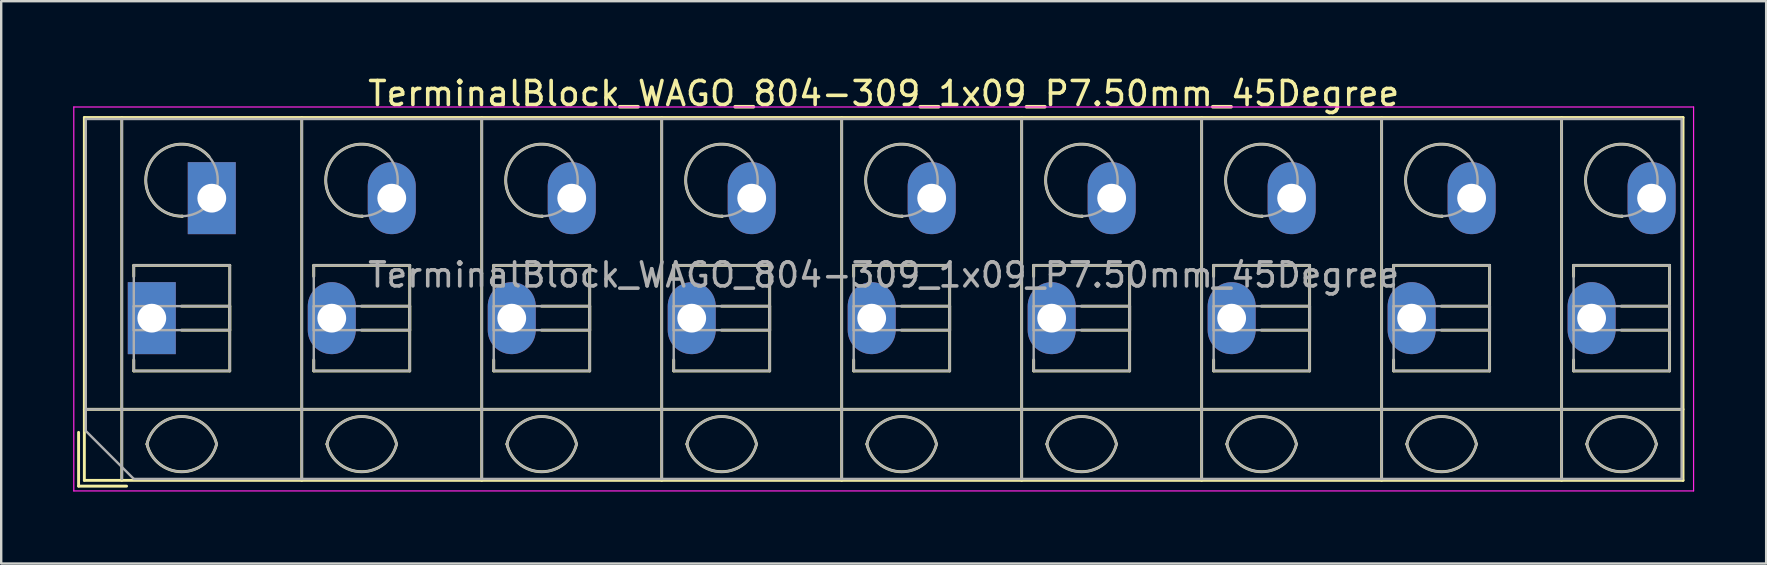
<source format=kicad_pcb>
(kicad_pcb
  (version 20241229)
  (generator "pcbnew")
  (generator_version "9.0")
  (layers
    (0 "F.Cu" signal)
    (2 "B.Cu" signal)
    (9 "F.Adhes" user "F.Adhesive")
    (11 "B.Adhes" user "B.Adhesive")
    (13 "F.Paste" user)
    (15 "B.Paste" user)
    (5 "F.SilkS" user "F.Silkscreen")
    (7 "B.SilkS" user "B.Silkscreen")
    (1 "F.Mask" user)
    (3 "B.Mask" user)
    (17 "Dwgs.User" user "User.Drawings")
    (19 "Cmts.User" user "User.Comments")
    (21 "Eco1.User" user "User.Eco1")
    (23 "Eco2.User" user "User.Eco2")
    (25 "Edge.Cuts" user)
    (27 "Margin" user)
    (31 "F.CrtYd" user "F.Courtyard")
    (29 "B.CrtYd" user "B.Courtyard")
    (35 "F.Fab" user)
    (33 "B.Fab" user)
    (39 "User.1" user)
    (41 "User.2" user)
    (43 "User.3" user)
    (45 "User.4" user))
  (footprint "TerminalBlock_WAGO_804-309_1x09_P7.50mm_45Degree"
    (layer "F.Cu")
    (at 3.275 10.208)
    (property "Reference" "TerminalBlock_WAGO_804-309_1x09_P7.50mm_45Degree" (at 30.5 -9.36 0) (layer "F.SilkS") (effects (font (size 1 1) (thickness 0.15))))
    (attr through_hole)
    (fp_line (start -3.05 4.76) (end -3.05 7) (stroke (width 0.12) (type solid)) (layer "F.SilkS"))
    (fp_line (start -3.05 7) (end -1.05 7) (stroke (width 0.12) (type solid)) (layer "F.SilkS"))
    (fp_line (start -2.81 -8.361) (end -2.81 6.76) (stroke (width 0.12) (type solid)) (layer "F.SilkS"))
    (fp_line (start -2.81 -8.361) (end 63.81 -8.361) (stroke (width 0.12) (type solid)) (layer "F.SilkS"))
    (fp_line (start -2.81 3.8) (end 63.81 3.8) (stroke (width 0.12) (type solid)) (layer "F.SilkS"))
    (fp_line (start -2.81 6.76) (end 63.81 6.76) (stroke (width 0.12) (type solid)) (layer "F.SilkS"))
    (fp_line (start -1.25 -8.361) (end -1.25 6.76) (stroke (width 0.12) (type solid)) (layer "F.SilkS"))
    (fp_line (start -0.75 -2.2) (end -0.75 -1.74) (stroke (width 0.12) (type solid)) (layer "F.SilkS"))
    (fp_line (start -0.75 -2.2) (end 3.25 -2.2) (stroke (width 0.12) (type solid)) (layer "F.SilkS"))
    (fp_line (start -0.75 1.74) (end -0.75 2.2) (stroke (width 0.12) (type solid)) (layer "F.SilkS"))
    (fp_line (start -0.75 2.2) (end 3.25 2.2) (stroke (width 0.12) (type solid)) (layer "F.SilkS"))
    (fp_line (start 1.24 -0.5) (end 3.25 -0.5) (stroke (width 0.12) (type solid)) (layer "F.SilkS"))
    (fp_line (start 1.24 0.5) (end 3.25 0.5) (stroke (width 0.12) (type solid)) (layer "F.SilkS"))
    (fp_line (start 3.25 -2.2) (end 3.25 2.2) (stroke (width 0.12) (type solid)) (layer "F.SilkS"))
    (fp_line (start 3.25 -0.5) (end 3.25 0.5) (stroke (width 0.12) (type solid)) (layer "F.SilkS"))
    (fp_line (start 6.25 -8.361) (end 6.25 6.76) (stroke (width 0.12) (type solid)) (layer "F.SilkS"))
    (fp_line (start 6.75 -2.2) (end 6.75 -1.74) (stroke (width 0.12) (type solid)) (layer "F.SilkS"))
    (fp_line (start 6.75 -2.2) (end 10.75 -2.2) (stroke (width 0.12) (type solid)) (layer "F.SilkS"))
    (fp_line (start 6.75 1.74) (end 6.75 2.2) (stroke (width 0.12) (type solid)) (layer "F.SilkS"))
    (fp_line (start 6.75 2.2) (end 10.75 2.2) (stroke (width 0.12) (type solid)) (layer "F.SilkS"))
    (fp_line (start 8.74 -0.5) (end 10.75 -0.5) (stroke (width 0.12) (type solid)) (layer "F.SilkS"))
    (fp_line (start 8.74 0.5) (end 10.75 0.5) (stroke (width 0.12) (type solid)) (layer "F.SilkS"))
    (fp_line (start 10.75 -2.2) (end 10.75 2.2) (stroke (width 0.12) (type solid)) (layer "F.SilkS"))
    (fp_line (start 10.75 -0.5) (end 10.75 0.5) (stroke (width 0.12) (type solid)) (layer "F.SilkS"))
    (fp_line (start 13.75 -8.361) (end 13.75 6.76) (stroke (width 0.12) (type solid)) (layer "F.SilkS"))
    (fp_line (start 14.25 -2.2) (end 14.25 -1.74) (stroke (width 0.12) (type solid)) (layer "F.SilkS"))
    (fp_line (start 14.25 -2.2) (end 18.25 -2.2) (stroke (width 0.12) (type solid)) (layer "F.SilkS"))
    (fp_line (start 14.25 1.74) (end 14.25 2.2) (stroke (width 0.12) (type solid)) (layer "F.SilkS"))
    (fp_line (start 14.25 2.2) (end 18.25 2.2) (stroke (width 0.12) (type solid)) (layer "F.SilkS"))
    (fp_line (start 16.24 -0.5) (end 18.25 -0.5) (stroke (width 0.12) (type solid)) (layer "F.SilkS"))
    (fp_line (start 16.24 0.5) (end 18.25 0.5) (stroke (width 0.12) (type solid)) (layer "F.SilkS"))
    (fp_line (start 18.25 -2.2) (end 18.25 2.2) (stroke (width 0.12) (type solid)) (layer "F.SilkS"))
    (fp_line (start 18.25 -0.5) (end 18.25 0.5) (stroke (width 0.12) (type solid)) (layer "F.SilkS"))
    (fp_line (start 21.25 -8.361) (end 21.25 6.76) (stroke (width 0.12) (type solid)) (layer "F.SilkS"))
    (fp_line (start 21.75 -2.2) (end 21.75 -1.74) (stroke (width 0.12) (type solid)) (layer "F.SilkS"))
    (fp_line (start 21.75 -2.2) (end 25.75 -2.2) (stroke (width 0.12) (type solid)) (layer "F.SilkS"))
    (fp_line (start 21.75 1.74) (end 21.75 2.2) (stroke (width 0.12) (type solid)) (layer "F.SilkS"))
    (fp_line (start 21.75 2.2) (end 25.75 2.2) (stroke (width 0.12) (type solid)) (layer "F.SilkS"))
    (fp_line (start 23.74 -0.5) (end 25.75 -0.5) (stroke (width 0.12) (type solid)) (layer "F.SilkS"))
    (fp_line (start 23.74 0.5) (end 25.75 0.5) (stroke (width 0.12) (type solid)) (layer "F.SilkS"))
    (fp_line (start 25.75 -2.2) (end 25.75 2.2) (stroke (width 0.12) (type solid)) (layer "F.SilkS"))
    (fp_line (start 25.75 -0.5) (end 25.75 0.5) (stroke (width 0.12) (type solid)) (layer "F.SilkS"))
    (fp_line (start 28.75 -8.361) (end 28.75 6.76) (stroke (width 0.12) (type solid)) (layer "F.SilkS"))
    (fp_line (start 29.25 -2.2) (end 29.25 -1.74) (stroke (width 0.12) (type solid)) (layer "F.SilkS"))
    (fp_line (start 29.25 -2.2) (end 33.25 -2.2) (stroke (width 0.12) (type solid)) (layer "F.SilkS"))
    (fp_line (start 29.25 1.74) (end 29.25 2.2) (stroke (width 0.12) (type solid)) (layer "F.SilkS"))
    (fp_line (start 29.25 2.2) (end 33.25 2.2) (stroke (width 0.12) (type solid)) (layer "F.SilkS"))
    (fp_line (start 31.24 -0.5) (end 33.25 -0.5) (stroke (width 0.12) (type solid)) (layer "F.SilkS"))
    (fp_line (start 31.24 0.5) (end 33.25 0.5) (stroke (width 0.12) (type solid)) (layer "F.SilkS"))
    (fp_line (start 33.25 -2.2) (end 33.25 2.2) (stroke (width 0.12) (type solid)) (layer "F.SilkS"))
    (fp_line (start 33.25 -0.5) (end 33.25 0.5) (stroke (width 0.12) (type solid)) (layer "F.SilkS"))
    (fp_line (start 36.25 -8.361) (end 36.25 6.76) (stroke (width 0.12) (type solid)) (layer "F.SilkS"))
    (fp_line (start 36.75 -2.2) (end 36.75 -1.74) (stroke (width 0.12) (type solid)) (layer "F.SilkS"))
    (fp_line (start 36.75 -2.2) (end 40.75 -2.2) (stroke (width 0.12) (type solid)) (layer "F.SilkS"))
    (fp_line (start 36.75 1.74) (end 36.75 2.2) (stroke (width 0.12) (type solid)) (layer "F.SilkS"))
    (fp_line (start 36.75 2.2) (end 40.75 2.2) (stroke (width 0.12) (type solid)) (layer "F.SilkS"))
    (fp_line (start 38.74 -0.5) (end 40.75 -0.5) (stroke (width 0.12) (type solid)) (layer "F.SilkS"))
    (fp_line (start 38.74 0.5) (end 40.75 0.5) (stroke (width 0.12) (type solid)) (layer "F.SilkS"))
    (fp_line (start 40.75 -2.2) (end 40.75 2.2) (stroke (width 0.12) (type solid)) (layer "F.SilkS"))
    (fp_line (start 40.75 -0.5) (end 40.75 0.5) (stroke (width 0.12) (type solid)) (layer "F.SilkS"))
    (fp_line (start 43.75 -8.361) (end 43.75 6.76) (stroke (width 0.12) (type solid)) (layer "F.SilkS"))
    (fp_line (start 44.25 -2.2) (end 44.25 -1.74) (stroke (width 0.12) (type solid)) (layer "F.SilkS"))
    (fp_line (start 44.25 -2.2) (end 48.25 -2.2) (stroke (width 0.12) (type solid)) (layer "F.SilkS"))
    (fp_line (start 44.25 1.74) (end 44.25 2.2) (stroke (width 0.12) (type solid)) (layer "F.SilkS"))
    (fp_line (start 44.25 2.2) (end 48.25 2.2) (stroke (width 0.12) (type solid)) (layer "F.SilkS"))
    (fp_line (start 46.24 -0.5) (end 48.25 -0.5) (stroke (width 0.12) (type solid)) (layer "F.SilkS"))
    (fp_line (start 46.24 0.5) (end 48.25 0.5) (stroke (width 0.12) (type solid)) (layer "F.SilkS"))
    (fp_line (start 48.25 -2.2) (end 48.25 2.2) (stroke (width 0.12) (type solid)) (layer "F.SilkS"))
    (fp_line (start 48.25 -0.5) (end 48.25 0.5) (stroke (width 0.12) (type solid)) (layer "F.SilkS"))
    (fp_line (start 51.25 -8.361) (end 51.25 6.76) (stroke (width 0.12) (type solid)) (layer "F.SilkS"))
    (fp_line (start 51.75 -2.2) (end 51.75 -1.74) (stroke (width 0.12) (type solid)) (layer "F.SilkS"))
    (fp_line (start 51.75 -2.2) (end 55.75 -2.2) (stroke (width 0.12) (type solid)) (layer "F.SilkS"))
    (fp_line (start 51.75 1.74) (end 51.75 2.2) (stroke (width 0.12) (type solid)) (layer "F.SilkS"))
    (fp_line (start 51.75 2.2) (end 55.75 2.2) (stroke (width 0.12) (type solid)) (layer "F.SilkS"))
    (fp_line (start 53.74 -0.5) (end 55.75 -0.5) (stroke (width 0.12) (type solid)) (layer "F.SilkS"))
    (fp_line (start 53.74 0.5) (end 55.75 0.5) (stroke (width 0.12) (type solid)) (layer "F.SilkS"))
    (fp_line (start 55.75 -2.2) (end 55.75 2.2) (stroke (width 0.12) (type solid)) (layer "F.SilkS"))
    (fp_line (start 55.75 -0.5) (end 55.75 0.5) (stroke (width 0.12) (type solid)) (layer "F.SilkS"))
    (fp_line (start 58.75 -8.361) (end 58.75 6.76) (stroke (width 0.12) (type solid)) (layer "F.SilkS"))
    (fp_line (start 59.25 -2.2) (end 59.25 -1.74) (stroke (width 0.12) (type solid)) (layer "F.SilkS"))
    (fp_line (start 59.25 -2.2) (end 63.25 -2.2) (stroke (width 0.12) (type solid)) (layer "F.SilkS"))
    (fp_line (start 59.25 1.74) (end 59.25 2.2) (stroke (width 0.12) (type solid)) (layer "F.SilkS"))
    (fp_line (start 59.25 2.2) (end 63.25 2.2) (stroke (width 0.12) (type solid)) (layer "F.SilkS"))
    (fp_line (start 61.24 -0.5) (end 63.25 -0.5) (stroke (width 0.12) (type solid)) (layer "F.SilkS"))
    (fp_line (start 61.24 0.5) (end 63.25 0.5) (stroke (width 0.12) (type solid)) (layer "F.SilkS"))
    (fp_line (start 63.25 -2.2) (end 63.25 2.2) (stroke (width 0.12) (type solid)) (layer "F.SilkS"))
    (fp_line (start 63.25 -0.5) (end 63.25 0.5) (stroke (width 0.12) (type solid)) (layer "F.SilkS"))
    (fp_line (start 63.81 -8.361) (end 63.81 6.76) (stroke (width 0.12) (type solid)) (layer "F.SilkS"))
    (fp_arc (start -0.200865 5.250424) (mid 1.250296 4.099926) (end 2.701 5.251) (stroke (width 0.12) (type solid)) (layer "F.SilkS"))
    (fp_arc (start 1.276179 -4.250228) (mid 1.26309 -4.250057) (end 1.25 -4.25) (stroke (width 0.12) (type solid)) (layer "F.SilkS"))
    (fp_arc (start 1.276275 -4.248926) (mid -0.121539 -6.360568) (end 2.383 -6.735) (stroke (width 0.12) (type solid)) (layer "F.SilkS"))
    (fp_arc (start 2.7 5.25) (mid 1.250068 6.400101) (end -0.199969 5.250133) (stroke (width 0.12) (type solid)) (layer "F.SilkS"))
    (fp_arc (start 7.299135 5.250424) (mid 8.750296 4.099926) (end 10.201 5.251) (stroke (width 0.12) (type solid)) (layer "F.SilkS"))
    (fp_arc (start 8.776179 -4.250228) (mid 8.76309 -4.250057) (end 8.75 -4.25) (stroke (width 0.12) (type solid)) (layer "F.SilkS"))
    (fp_arc (start 8.776275 -4.248926) (mid 7.378461 -6.360568) (end 9.883 -6.735) (stroke (width 0.12) (type solid)) (layer "F.SilkS"))
    (fp_arc (start 10.2 5.25) (mid 8.750068 6.400101) (end 7.300031 5.250133) (stroke (width 0.12) (type solid)) (layer "F.SilkS"))
    (fp_arc (start 14.799135 5.250424) (mid 16.250296 4.099926) (end 17.701 5.251) (stroke (width 0.12) (type solid)) (layer "F.SilkS"))
    (fp_arc (start 16.276179 -4.250228) (mid 16.26309 -4.250057) (end 16.25 -4.25) (stroke (width 0.12) (type solid)) (layer "F.SilkS"))
    (fp_arc (start 16.276275 -4.248926) (mid 14.878461 -6.360568) (end 17.383 -6.735) (stroke (width 0.12) (type solid)) (layer "F.SilkS"))
    (fp_arc (start 17.7 5.25) (mid 16.250068 6.400101) (end 14.800031 5.250133) (stroke (width 0.12) (type solid)) (layer "F.SilkS"))
    (fp_arc (start 22.299135 5.250424) (mid 23.750296 4.099926) (end 25.201 5.251) (stroke (width 0.12) (type solid)) (layer "F.SilkS"))
    (fp_arc (start 23.776179 -4.250228) (mid 23.76309 -4.250057) (end 23.75 -4.25) (stroke (width 0.12) (type solid)) (layer "F.SilkS"))
    (fp_arc (start 23.776275 -4.248926) (mid 22.378461 -6.360568) (end 24.883 -6.735) (stroke (width 0.12) (type solid)) (layer "F.SilkS"))
    (fp_arc (start 25.2 5.25) (mid 23.750068 6.400101) (end 22.300031 5.250133) (stroke (width 0.12) (type solid)) (layer "F.SilkS"))
    (fp_arc (start 29.799135 5.250424) (mid 31.250296 4.099926) (end 32.701 5.251) (stroke (width 0.12) (type solid)) (layer "F.SilkS"))
    (fp_arc (start 31.276179 -4.250228) (mid 31.26309 -4.250057) (end 31.25 -4.25) (stroke (width 0.12) (type solid)) (layer "F.SilkS"))
    (fp_arc (start 31.276275 -4.248926) (mid 29.878461 -6.360568) (end 32.383 -6.735) (stroke (width 0.12) (type solid)) (layer "F.SilkS"))
    (fp_arc (start 32.701 5.25) (mid 31.250296 6.401074) (end 29.799135 5.250576) (stroke (width 0.12) (type solid)) (layer "F.SilkS"))
    (fp_arc (start 37.299135 5.250424) (mid 38.750296 4.099926) (end 40.201 5.251) (stroke (width 0.12) (type solid)) (layer "F.SilkS"))
    (fp_arc (start 38.776179 -4.250228) (mid 38.76309 -4.250057) (end 38.75 -4.25) (stroke (width 0.12) (type solid)) (layer "F.SilkS"))
    (fp_arc (start 38.776275 -4.248926) (mid 37.378461 -6.360568) (end 39.883 -6.735) (stroke (width 0.12) (type solid)) (layer "F.SilkS"))
    (fp_arc (start 40.2 5.25) (mid 38.750068 6.400101) (end 37.300031 5.250133) (stroke (width 0.12) (type solid)) (layer "F.SilkS"))
    (fp_arc (start 44.799135 5.250424) (mid 46.250296 4.099926) (end 47.701 5.251) (stroke (width 0.12) (type solid)) (layer "F.SilkS"))
    (fp_arc (start 46.276179 -4.250228) (mid 46.26309 -4.250057) (end 46.25 -4.25) (stroke (width 0.12) (type solid)) (layer "F.SilkS"))
    (fp_arc (start 46.276275 -4.248926) (mid 44.878461 -6.360568) (end 47.383 -6.735) (stroke (width 0.12) (type solid)) (layer "F.SilkS"))
    (fp_arc (start 47.7 5.25) (mid 46.250068 6.400101) (end 44.800031 5.250133) (stroke (width 0.12) (type solid)) (layer "F.SilkS"))
    (fp_arc (start 52.299135 5.250424) (mid 53.750296 4.099926) (end 55.201 5.251) (stroke (width 0.12) (type solid)) (layer "F.SilkS"))
    (fp_arc (start 53.776179 -4.250228) (mid 53.76309 -4.250057) (end 53.75 -4.25) (stroke (width 0.12) (type solid)) (layer "F.SilkS"))
    (fp_arc (start 53.776275 -4.248926) (mid 52.378461 -6.360568) (end 54.883 -6.735) (stroke (width 0.12) (type solid)) (layer "F.SilkS"))
    (fp_arc (start 55.2 5.25) (mid 53.750068 6.400101) (end 52.300031 5.250133) (stroke (width 0.12) (type solid)) (layer "F.SilkS"))
    (fp_arc (start 59.799135 5.250424) (mid 61.250296 4.099926) (end 62.701 5.251) (stroke (width 0.12) (type solid)) (layer "F.SilkS"))
    (fp_arc (start 61.276179 -4.250228) (mid 61.26309 -4.250057) (end 61.25 -4.25) (stroke (width 0.12) (type solid)) (layer "F.SilkS"))
    (fp_arc (start 61.276275 -4.248926) (mid 59.878461 -6.360568) (end 62.383 -6.735) (stroke (width 0.12) (type solid)) (layer "F.SilkS"))
    (fp_arc (start 62.7 5.25) (mid 61.250068 6.400101) (end 59.800031 5.250133) (stroke (width 0.12) (type solid)) (layer "F.SilkS"))
    (fp_line (start -3.25 -8.8) (end -3.25 7.2) (stroke (width 0.05) (type solid)) (layer "F.CrtYd"))
    (fp_line (start -3.25 7.2) (end 64.25 7.2) (stroke (width 0.05) (type solid)) (layer "F.CrtYd"))
    (fp_line (start 64.25 -8.8) (end -3.25 -8.8) (stroke (width 0.05) (type solid)) (layer "F.CrtYd"))
    (fp_line (start 64.25 7.2) (end 64.25 -8.8) (stroke (width 0.05) (type solid)) (layer "F.CrtYd"))
    (fp_line (start -2.75 -8.3) (end 63.75 -8.3) (stroke (width 0.1) (type solid)) (layer "F.Fab"))
    (fp_line (start -2.75 3.8) (end 63.75 3.8) (stroke (width 0.1) (type solid)) (layer "F.Fab"))
    (fp_line (start -2.75 4.7) (end -2.75 -8.3) (stroke (width 0.1) (type solid)) (layer "F.Fab"))
    (fp_line (start -1.25 -8.3) (end -1.25 6.7) (stroke (width 0.1) (type solid)) (layer "F.Fab"))
    (fp_line (start -0.75 -2.2) (end -0.75 2.2) (stroke (width 0.1) (type solid)) (layer "F.Fab"))
    (fp_line (start -0.75 -0.5) (end -0.75 0.5) (stroke (width 0.1) (type solid)) (layer "F.Fab"))
    (fp_line (start -0.75 0.5) (end 3.25 0.5) (stroke (width 0.1) (type solid)) (layer "F.Fab"))
    (fp_line (start -0.75 2.2) (end 3.25 2.2) (stroke (width 0.1) (type solid)) (layer "F.Fab"))
    (fp_line (start -0.75 6.7) (end -2.75 4.7) (stroke (width 0.1) (type solid)) (layer "F.Fab"))
    (fp_line (start 3.25 -2.2) (end -0.75 -2.2) (stroke (width 0.1) (type solid)) (layer "F.Fab"))
    (fp_line (start 3.25 -0.5) (end -0.75 -0.5) (stroke (width 0.1) (type solid)) (layer "F.Fab"))
    (fp_line (start 3.25 0.5) (end 3.25 -0.5) (stroke (width 0.1) (type solid)) (layer "F.Fab"))
    (fp_line (start 3.25 2.2) (end 3.25 -2.2) (stroke (width 0.1) (type solid)) (layer "F.Fab"))
    (fp_line (start 6.25 -8.3) (end 6.25 6.7) (stroke (width 0.1) (type solid)) (layer "F.Fab"))
    (fp_line (start 6.75 -2.2) (end 6.75 2.2) (stroke (width 0.1) (type solid)) (layer "F.Fab"))
    (fp_line (start 6.75 -0.5) (end 6.75 0.5) (stroke (width 0.1) (type solid)) (layer "F.Fab"))
    (fp_line (start 6.75 0.5) (end 10.75 0.5) (stroke (width 0.1) (type solid)) (layer "F.Fab"))
    (fp_line (start 6.75 2.2) (end 10.75 2.2) (stroke (width 0.1) (type solid)) (layer "F.Fab"))
    (fp_line (start 10.75 -2.2) (end 6.75 -2.2) (stroke (width 0.1) (type solid)) (layer "F.Fab"))
    (fp_line (start 10.75 -0.5) (end 6.75 -0.5) (stroke (width 0.1) (type solid)) (layer "F.Fab"))
    (fp_line (start 10.75 0.5) (end 10.75 -0.5) (stroke (width 0.1) (type solid)) (layer "F.Fab"))
    (fp_line (start 10.75 2.2) (end 10.75 -2.2) (stroke (width 0.1) (type solid)) (layer "F.Fab"))
    (fp_line (start 13.75 -8.3) (end 13.75 6.7) (stroke (width 0.1) (type solid)) (layer "F.Fab"))
    (fp_line (start 14.25 -2.2) (end 14.25 2.2) (stroke (width 0.1) (type solid)) (layer "F.Fab"))
    (fp_line (start 14.25 -0.5) (end 14.25 0.5) (stroke (width 0.1) (type solid)) (layer "F.Fab"))
    (fp_line (start 14.25 0.5) (end 18.25 0.5) (stroke (width 0.1) (type solid)) (layer "F.Fab"))
    (fp_line (start 14.25 2.2) (end 18.25 2.2) (stroke (width 0.1) (type solid)) (layer "F.Fab"))
    (fp_line (start 18.25 -2.2) (end 14.25 -2.2) (stroke (width 0.1) (type solid)) (layer "F.Fab"))
    (fp_line (start 18.25 -0.5) (end 14.25 -0.5) (stroke (width 0.1) (type solid)) (layer "F.Fab"))
    (fp_line (start 18.25 0.5) (end 18.25 -0.5) (stroke (width 0.1) (type solid)) (layer "F.Fab"))
    (fp_line (start 18.25 2.2) (end 18.25 -2.2) (stroke (width 0.1) (type solid)) (layer "F.Fab"))
    (fp_line (start 21.25 -8.3) (end 21.25 6.7) (stroke (width 0.1) (type solid)) (layer "F.Fab"))
    (fp_line (start 21.75 -2.2) (end 21.75 2.2) (stroke (width 0.1) (type solid)) (layer "F.Fab"))
    (fp_line (start 21.75 -0.5) (end 21.75 0.5) (stroke (width 0.1) (type solid)) (layer "F.Fab"))
    (fp_line (start 21.75 0.5) (end 25.75 0.5) (stroke (width 0.1) (type solid)) (layer "F.Fab"))
    (fp_line (start 21.75 2.2) (end 25.75 2.2) (stroke (width 0.1) (type solid)) (layer "F.Fab"))
    (fp_line (start 25.75 -2.2) (end 21.75 -2.2) (stroke (width 0.1) (type solid)) (layer "F.Fab"))
    (fp_line (start 25.75 -0.5) (end 21.75 -0.5) (stroke (width 0.1) (type solid)) (layer "F.Fab"))
    (fp_line (start 25.75 0.5) (end 25.75 -0.5) (stroke (width 0.1) (type solid)) (layer "F.Fab"))
    (fp_line (start 25.75 2.2) (end 25.75 -2.2) (stroke (width 0.1) (type solid)) (layer "F.Fab"))
    (fp_line (start 28.75 -8.3) (end 28.75 6.7) (stroke (width 0.1) (type solid)) (layer "F.Fab"))
    (fp_line (start 29.25 -2.2) (end 29.25 2.2) (stroke (width 0.1) (type solid)) (layer "F.Fab"))
    (fp_line (start 29.25 -0.5) (end 29.25 0.5) (stroke (width 0.1) (type solid)) (layer "F.Fab"))
    (fp_line (start 29.25 0.5) (end 33.25 0.5) (stroke (width 0.1) (type solid)) (layer "F.Fab"))
    (fp_line (start 29.25 2.2) (end 33.25 2.2) (stroke (width 0.1) (type solid)) (layer "F.Fab"))
    (fp_line (start 33.25 -2.2) (end 29.25 -2.2) (stroke (width 0.1) (type solid)) (layer "F.Fab"))
    (fp_line (start 33.25 -0.5) (end 29.25 -0.5) (stroke (width 0.1) (type solid)) (layer "F.Fab"))
    (fp_line (start 33.25 0.5) (end 33.25 -0.5) (stroke (width 0.1) (type solid)) (layer "F.Fab"))
    (fp_line (start 33.25 2.2) (end 33.25 -2.2) (stroke (width 0.1) (type solid)) (layer "F.Fab"))
    (fp_line (start 36.25 -8.3) (end 36.25 6.7) (stroke (width 0.1) (type solid)) (layer "F.Fab"))
    (fp_line (start 36.75 -2.2) (end 36.75 2.2) (stroke (width 0.1) (type solid)) (layer "F.Fab"))
    (fp_line (start 36.75 -0.5) (end 36.75 0.5) (stroke (width 0.1) (type solid)) (layer "F.Fab"))
    (fp_line (start 36.75 0.5) (end 40.75 0.5) (stroke (width 0.1) (type solid)) (layer "F.Fab"))
    (fp_line (start 36.75 2.2) (end 40.75 2.2) (stroke (width 0.1) (type solid)) (layer "F.Fab"))
    (fp_line (start 40.75 -2.2) (end 36.75 -2.2) (stroke (width 0.1) (type solid)) (layer "F.Fab"))
    (fp_line (start 40.75 -0.5) (end 36.75 -0.5) (stroke (width 0.1) (type solid)) (layer "F.Fab"))
    (fp_line (start 40.75 0.5) (end 40.75 -0.5) (stroke (width 0.1) (type solid)) (layer "F.Fab"))
    (fp_line (start 40.75 2.2) (end 40.75 -2.2) (stroke (width 0.1) (type solid)) (layer "F.Fab"))
    (fp_line (start 43.75 -8.3) (end 43.75 6.7) (stroke (width 0.1) (type solid)) (layer "F.Fab"))
    (fp_line (start 44.25 -2.2) (end 44.25 2.2) (stroke (width 0.1) (type solid)) (layer "F.Fab"))
    (fp_line (start 44.25 -0.5) (end 44.25 0.5) (stroke (width 0.1) (type solid)) (layer "F.Fab"))
    (fp_line (start 44.25 0.5) (end 48.25 0.5) (stroke (width 0.1) (type solid)) (layer "F.Fab"))
    (fp_line (start 44.25 2.2) (end 48.25 2.2) (stroke (width 0.1) (type solid)) (layer "F.Fab"))
    (fp_line (start 48.25 -2.2) (end 44.25 -2.2) (stroke (width 0.1) (type solid)) (layer "F.Fab"))
    (fp_line (start 48.25 -0.5) (end 44.25 -0.5) (stroke (width 0.1) (type solid)) (layer "F.Fab"))
    (fp_line (start 48.25 0.5) (end 48.25 -0.5) (stroke (width 0.1) (type solid)) (layer "F.Fab"))
    (fp_line (start 48.25 2.2) (end 48.25 -2.2) (stroke (width 0.1) (type solid)) (layer "F.Fab"))
    (fp_line (start 51.25 -8.3) (end 51.25 6.7) (stroke (width 0.1) (type solid)) (layer "F.Fab"))
    (fp_line (start 51.75 -2.2) (end 51.75 2.2) (stroke (width 0.1) (type solid)) (layer "F.Fab"))
    (fp_line (start 51.75 -0.5) (end 51.75 0.5) (stroke (width 0.1) (type solid)) (layer "F.Fab"))
    (fp_line (start 51.75 0.5) (end 55.75 0.5) (stroke (width 0.1) (type solid)) (layer "F.Fab"))
    (fp_line (start 51.75 2.2) (end 55.75 2.2) (stroke (width 0.1) (type solid)) (layer "F.Fab"))
    (fp_line (start 55.75 -2.2) (end 51.75 -2.2) (stroke (width 0.1) (type solid)) (layer "F.Fab"))
    (fp_line (start 55.75 -0.5) (end 51.75 -0.5) (stroke (width 0.1) (type solid)) (layer "F.Fab"))
    (fp_line (start 55.75 0.5) (end 55.75 -0.5) (stroke (width 0.1) (type solid)) (layer "F.Fab"))
    (fp_line (start 55.75 2.2) (end 55.75 -2.2) (stroke (width 0.1) (type solid)) (layer "F.Fab"))
    (fp_line (start 58.75 -8.3) (end 58.75 6.7) (stroke (width 0.1) (type solid)) (layer "F.Fab"))
    (fp_line (start 59.25 -2.2) (end 59.25 2.2) (stroke (width 0.1) (type solid)) (layer "F.Fab"))
    (fp_line (start 59.25 -0.5) (end 59.25 0.5) (stroke (width 0.1) (type solid)) (layer "F.Fab"))
    (fp_line (start 59.25 0.5) (end 63.25 0.5) (stroke (width 0.1) (type solid)) (layer "F.Fab"))
    (fp_line (start 59.25 2.2) (end 63.25 2.2) (stroke (width 0.1) (type solid)) (layer "F.Fab"))
    (fp_line (start 63.25 -2.2) (end 59.25 -2.2) (stroke (width 0.1) (type solid)) (layer "F.Fab"))
    (fp_line (start 63.25 -0.5) (end 59.25 -0.5) (stroke (width 0.1) (type solid)) (layer "F.Fab"))
    (fp_line (start 63.25 0.5) (end 63.25 -0.5) (stroke (width 0.1) (type solid)) (layer "F.Fab"))
    (fp_line (start 63.25 2.2) (end 63.25 -2.2) (stroke (width 0.1) (type solid)) (layer "F.Fab"))
    (fp_line (start 63.75 -8.3) (end 63.75 6.7) (stroke (width 0.1) (type solid)) (layer "F.Fab"))
    (fp_line (start 63.75 6.7) (end -0.75 6.7) (stroke (width 0.1) (type solid)) (layer "F.Fab"))
    (fp_arc (start -0.200865 5.250424) (mid 1.250296 4.099926) (end 2.701 5.251) (stroke (width 0.1) (type solid)) (layer "F.Fab"))
    (fp_arc (start 2.7 5.25) (mid 1.250068 6.400101) (end -0.199969 5.250133) (stroke (width 0.1) (type solid)) (layer "F.Fab"))
    (fp_arc (start 7.299135 5.250424) (mid 8.750296 4.099926) (end 10.201 5.251) (stroke (width 0.1) (type solid)) (layer "F.Fab"))
    (fp_arc (start 10.2 5.25) (mid 8.750068 6.400101) (end 7.300031 5.250133) (stroke (width 0.1) (type solid)) (layer "F.Fab"))
    (fp_arc (start 14.799135 5.250424) (mid 16.250296 4.099926) (end 17.701 5.251) (stroke (width 0.1) (type solid)) (layer "F.Fab"))
    (fp_arc (start 17.7 5.25) (mid 16.250068 6.400101) (end 14.800031 5.250133) (stroke (width 0.1) (type solid)) (layer "F.Fab"))
    (fp_arc (start 22.299135 5.250424) (mid 23.750296 4.099926) (end 25.201 5.251) (stroke (width 0.1) (type solid)) (layer "F.Fab"))
    (fp_arc (start 25.2 5.25) (mid 23.750068 6.400101) (end 22.300031 5.250133) (stroke (width 0.1) (type solid)) (layer "F.Fab"))
    (fp_arc (start 29.799135 5.250424) (mid 31.250296 4.099926) (end 32.701 5.251) (stroke (width 0.1) (type solid)) (layer "F.Fab"))
    (fp_arc (start 32.701 5.25) (mid 31.250296 6.401074) (end 29.799135 5.250576) (stroke (width 0.1) (type solid)) (layer "F.Fab"))
    (fp_arc (start 37.299135 5.250424) (mid 38.750296 4.099926) (end 40.201 5.251) (stroke (width 0.1) (type solid)) (layer "F.Fab"))
    (fp_arc (start 40.2 5.25) (mid 38.750068 6.400101) (end 37.300031 5.250133) (stroke (width 0.1) (type solid)) (layer "F.Fab"))
    (fp_arc (start 44.799135 5.250424) (mid 46.250296 4.099926) (end 47.701 5.251) (stroke (width 0.1) (type solid)) (layer "F.Fab"))
    (fp_arc (start 47.7 5.25) (mid 46.250068 6.400101) (end 44.800031 5.250133) (stroke (width 0.1) (type solid)) (layer "F.Fab"))
    (fp_arc (start 52.299135 5.250424) (mid 53.750296 4.099926) (end 55.201 5.251) (stroke (width 0.1) (type solid)) (layer "F.Fab"))
    (fp_arc (start 55.2 5.25) (mid 53.750068 6.400101) (end 52.300031 5.250133) (stroke (width 0.1) (type solid)) (layer "F.Fab"))
    (fp_arc (start 59.799135 5.250424) (mid 61.250296 4.099926) (end 62.701 5.251) (stroke (width 0.1) (type solid)) (layer "F.Fab"))
    (fp_arc (start 62.7 5.25) (mid 61.250068 6.400101) (end 59.800031 5.250133) (stroke (width 0.1) (type solid)) (layer "F.Fab"))
    (fp_circle (center 1.25 -5.75) (end 2.75 -5.75) (stroke (width 0.1) (type solid)) (fill no) (layer "F.Fab"))
    (fp_circle (center 8.75 -5.75) (end 10.25 -5.75) (stroke (width 0.1) (type solid)) (fill no) (layer "F.Fab"))
    (fp_circle (center 16.25 -5.75) (end 17.75 -5.75) (stroke (width 0.1) (type solid)) (fill no) (layer "F.Fab"))
    (fp_circle (center 23.75 -5.75) (end 25.25 -5.75) (stroke (width 0.1) (type solid)) (fill no) (layer "F.Fab"))
    (fp_circle (center 31.25 -5.75) (end 32.75 -5.75) (stroke (width 0.1) (type solid)) (fill no) (layer "F.Fab"))
    (fp_circle (center 38.75 -5.75) (end 40.25 -5.75) (stroke (width 0.1) (type solid)) (fill no) (layer "F.Fab"))
    (fp_circle (center 46.25 -5.75) (end 47.75 -5.75) (stroke (width 0.1) (type solid)) (fill no) (layer "F.Fab"))
    (fp_circle (center 53.75 -5.75) (end 55.25 -5.75) (stroke (width 0.1) (type solid)) (fill no) (layer "F.Fab"))
    (fp_circle (center 61.25 -5.75) (end 62.75 -5.75) (stroke (width 0.1) (type solid)) (fill no) (layer "F.Fab"))
    (fp_text user "${REFERENCE}" (at 30.5 -1.8 0) (layer "F.Fab") (effects (font (size 1 1) (thickness 0.15))))
    (pad "1" thru_hole rect (at 0 0) (size 2 3) (drill 1.2) (layers "*.Cu" "*.Mask"))
    (pad "1" thru_hole rect (at 2.5 -5) (size 2 3) (drill 1.2) (layers "*.Cu" "*.Mask"))
    (pad "2" thru_hole oval (at 7.5 0) (size 2 3) (drill 1.2) (layers "*.Cu" "*.Mask"))
    (pad "2" thru_hole oval (at 10 -5) (size 2 3) (drill 1.2) (layers "*.Cu" "*.Mask"))
    (pad "3" thru_hole oval (at 15 0) (size 2 3) (drill 1.2) (layers "*.Cu" "*.Mask"))
    (pad "3" thru_hole oval (at 17.5 -5) (size 2 3) (drill 1.2) (layers "*.Cu" "*.Mask"))
    (pad "4" thru_hole oval (at 22.5 0) (size 2 3) (drill 1.2) (layers "*.Cu" "*.Mask"))
    (pad "4" thru_hole oval (at 25 -5) (size 2 3) (drill 1.2) (layers "*.Cu" "*.Mask"))
    (pad "5" thru_hole oval (at 30 0) (size 2 3) (drill 1.2) (layers "*.Cu" "*.Mask"))
    (pad "5" thru_hole oval (at 32.5 -5) (size 2 3) (drill 1.2) (layers "*.Cu" "*.Mask"))
    (pad "6" thru_hole oval (at 37.5 0) (size 2 3) (drill 1.2) (layers "*.Cu" "*.Mask"))
    (pad "6" thru_hole oval (at 40 -5) (size 2 3) (drill 1.2) (layers "*.Cu" "*.Mask"))
    (pad "7" thru_hole oval (at 45 0) (size 2 3) (drill 1.2) (layers "*.Cu" "*.Mask"))
    (pad "7" thru_hole oval (at 47.5 -5) (size 2 3) (drill 1.2) (layers "*.Cu" "*.Mask"))
    (pad "8" thru_hole oval (at 52.5 0) (size 2 3) (drill 1.2) (layers "*.Cu" "*.Mask"))
    (pad "8" thru_hole oval (at 55 -5) (size 2 3) (drill 1.2) (layers "*.Cu" "*.Mask"))
    (pad "9" thru_hole oval (at 60 0) (size 2 3) (drill 1.2) (layers "*.Cu" "*.Mask"))
    (pad "9" thru_hole oval (at 62.5 -5) (size 2 3) (drill 1.2) (layers "*.Cu" "*.Mask")))
  (gr_rect
    (start -3 -3)
    (end 70.55 20.433)
    (stroke (width 0.1) (type default))
    (fill no)
    (layer "Edge.Cuts")))
</source>
